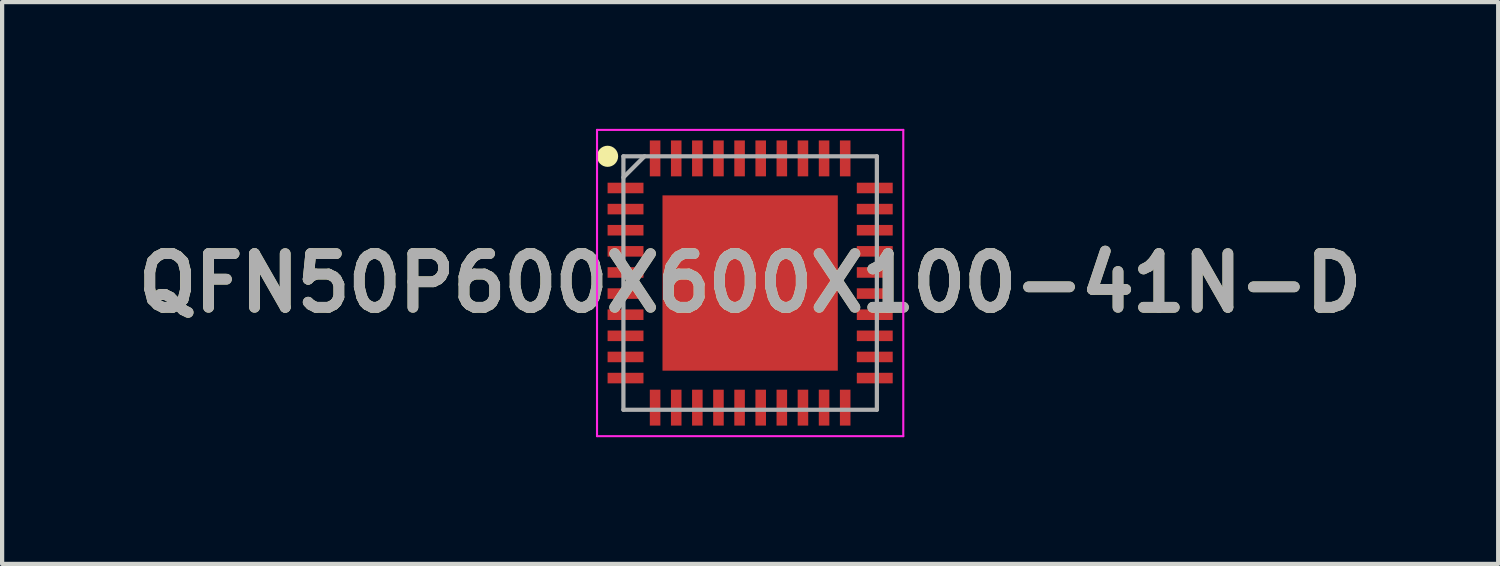
<source format=kicad_pcb>
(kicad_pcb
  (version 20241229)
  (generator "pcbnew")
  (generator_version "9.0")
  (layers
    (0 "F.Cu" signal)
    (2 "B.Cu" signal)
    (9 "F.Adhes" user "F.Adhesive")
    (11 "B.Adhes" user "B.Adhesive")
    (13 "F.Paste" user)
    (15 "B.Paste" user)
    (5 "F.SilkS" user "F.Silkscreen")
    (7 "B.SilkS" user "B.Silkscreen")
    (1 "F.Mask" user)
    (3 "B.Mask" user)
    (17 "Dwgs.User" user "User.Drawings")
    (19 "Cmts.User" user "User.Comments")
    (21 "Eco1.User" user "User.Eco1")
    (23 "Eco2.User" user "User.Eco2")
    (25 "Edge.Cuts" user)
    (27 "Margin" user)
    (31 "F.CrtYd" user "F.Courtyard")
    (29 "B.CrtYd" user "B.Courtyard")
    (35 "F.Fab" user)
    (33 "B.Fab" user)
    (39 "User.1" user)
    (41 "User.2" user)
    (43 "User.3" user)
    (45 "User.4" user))
  (footprint "QFN50P600X600X100-41N-D"
    (layer "F.Cu")
    (at 14.708 3.65)
    (property "Reference" "QFN50P600X600X100-41N-D" (at 0 0 0) (layer "F.SilkS") (effects (font (size 1.27 1.27) (thickness 0.254))))
    (attr smd)
    (fp_circle (center -3.375 -3) (end -3.375 -2.875) (stroke (width 0.25) (type solid)) (fill no) (layer "F.SilkS"))
    (fp_line (start -3.625 -3.625) (end 3.625 -3.625) (stroke (width 0.05) (type solid)) (layer "F.CrtYd"))
    (fp_line (start -3.625 3.625) (end -3.625 -3.625) (stroke (width 0.05) (type solid)) (layer "F.CrtYd"))
    (fp_line (start 3.625 -3.625) (end 3.625 3.625) (stroke (width 0.05) (type solid)) (layer "F.CrtYd"))
    (fp_line (start 3.625 3.625) (end -3.625 3.625) (stroke (width 0.05) (type solid)) (layer "F.CrtYd"))
    (fp_line (start -3 -3) (end 3 -3) (stroke (width 0.1) (type solid)) (layer "F.Fab"))
    (fp_line (start -3 -2.5) (end -2.5 -3) (stroke (width 0.1) (type solid)) (layer "F.Fab"))
    (fp_line (start -3 3) (end -3 -3) (stroke (width 0.1) (type solid)) (layer "F.Fab"))
    (fp_line (start 3 -3) (end 3 3) (stroke (width 0.1) (type solid)) (layer "F.Fab"))
    (fp_line (start 3 3) (end -3 3) (stroke (width 0.1) (type solid)) (layer "F.Fab"))
    (fp_text user "${REFERENCE}" (at 0 0 0) (layer "F.Fab") (effects (font (size 1.27 1.27) (thickness 0.254))))
    (pad "1" smd rect (at -2.95 -2.25 90) (size 0.25 0.85) (layers "F.Cu" "F.Mask" "F.Paste"))
    (pad "2" smd rect (at -2.95 -1.75 90) (size 0.25 0.85) (layers "F.Cu" "F.Mask" "F.Paste"))
    (pad "3" smd rect (at -2.95 -1.25 90) (size 0.25 0.85) (layers "F.Cu" "F.Mask" "F.Paste"))
    (pad "4" smd rect (at -2.95 -0.75 90) (size 0.25 0.85) (layers "F.Cu" "F.Mask" "F.Paste"))
    (pad "5" smd rect (at -2.95 -0.25 90) (size 0.25 0.85) (layers "F.Cu" "F.Mask" "F.Paste"))
    (pad "6" smd rect (at -2.95 0.25 90) (size 0.25 0.85) (layers "F.Cu" "F.Mask" "F.Paste"))
    (pad "7" smd rect (at -2.95 0.75 90) (size 0.25 0.85) (layers "F.Cu" "F.Mask" "F.Paste"))
    (pad "8" smd rect (at -2.95 1.25 90) (size 0.25 0.85) (layers "F.Cu" "F.Mask" "F.Paste"))
    (pad "9" smd rect (at -2.95 1.75 90) (size 0.25 0.85) (layers "F.Cu" "F.Mask" "F.Paste"))
    (pad "10" smd rect (at -2.95 2.25 90) (size 0.25 0.85) (layers "F.Cu" "F.Mask" "F.Paste"))
    (pad "11" smd rect (at -2.25 2.95) (size 0.25 0.85) (layers "F.Cu" "F.Mask" "F.Paste"))
    (pad "12" smd rect (at -1.75 2.95) (size 0.25 0.85) (layers "F.Cu" "F.Mask" "F.Paste"))
    (pad "13" smd rect (at -1.25 2.95) (size 0.25 0.85) (layers "F.Cu" "F.Mask" "F.Paste"))
    (pad "14" smd rect (at -0.75 2.95) (size 0.25 0.85) (layers "F.Cu" "F.Mask" "F.Paste"))
    (pad "15" smd rect (at -0.25 2.95) (size 0.25 0.85) (layers "F.Cu" "F.Mask" "F.Paste"))
    (pad "16" smd rect (at 0.25 2.95) (size 0.25 0.85) (layers "F.Cu" "F.Mask" "F.Paste"))
    (pad "17" smd rect (at 0.75 2.95) (size 0.25 0.85) (layers "F.Cu" "F.Mask" "F.Paste"))
    (pad "18" smd rect (at 1.25 2.95) (size 0.25 0.85) (layers "F.Cu" "F.Mask" "F.Paste"))
    (pad "19" smd rect (at 1.75 2.95) (size 0.25 0.85) (layers "F.Cu" "F.Mask" "F.Paste"))
    (pad "20" smd rect (at 2.25 2.95) (size 0.25 0.85) (layers "F.Cu" "F.Mask" "F.Paste"))
    (pad "21" smd rect (at 2.95 2.25 90) (size 0.25 0.85) (layers "F.Cu" "F.Mask" "F.Paste"))
    (pad "22" smd rect (at 2.95 1.75 90) (size 0.25 0.85) (layers "F.Cu" "F.Mask" "F.Paste"))
    (pad "23" smd rect (at 2.95 1.25 90) (size 0.25 0.85) (layers "F.Cu" "F.Mask" "F.Paste"))
    (pad "24" smd rect (at 2.95 0.75 90) (size 0.25 0.85) (layers "F.Cu" "F.Mask" "F.Paste"))
    (pad "25" smd rect (at 2.95 0.25 90) (size 0.25 0.85) (layers "F.Cu" "F.Mask" "F.Paste"))
    (pad "26" smd rect (at 2.95 -0.25 90) (size 0.25 0.85) (layers "F.Cu" "F.Mask" "F.Paste"))
    (pad "27" smd rect (at 2.95 -0.75 90) (size 0.25 0.85) (layers "F.Cu" "F.Mask" "F.Paste"))
    (pad "28" smd rect (at 2.95 -1.25 90) (size 0.25 0.85) (layers "F.Cu" "F.Mask" "F.Paste"))
    (pad "29" smd rect (at 2.95 -1.75 90) (size 0.25 0.85) (layers "F.Cu" "F.Mask" "F.Paste"))
    (pad "30" smd rect (at 2.95 -2.25 90) (size 0.25 0.85) (layers "F.Cu" "F.Mask" "F.Paste"))
    (pad "31" smd rect (at 2.25 -2.95) (size 0.25 0.85) (layers "F.Cu" "F.Mask" "F.Paste"))
    (pad "32" smd rect (at 1.75 -2.95) (size 0.25 0.85) (layers "F.Cu" "F.Mask" "F.Paste"))
    (pad "33" smd rect (at 1.25 -2.95) (size 0.25 0.85) (layers "F.Cu" "F.Mask" "F.Paste"))
    (pad "34" smd rect (at 0.75 -2.95) (size 0.25 0.85) (layers "F.Cu" "F.Mask" "F.Paste"))
    (pad "35" smd rect (at 0.25 -2.95) (size 0.25 0.85) (layers "F.Cu" "F.Mask" "F.Paste"))
    (pad "36" smd rect (at -0.25 -2.95) (size 0.25 0.85) (layers "F.Cu" "F.Mask" "F.Paste"))
    (pad "37" smd rect (at -0.75 -2.95) (size 0.25 0.85) (layers "F.Cu" "F.Mask" "F.Paste"))
    (pad "38" smd rect (at -1.25 -2.95) (size 0.25 0.85) (layers "F.Cu" "F.Mask" "F.Paste"))
    (pad "39" smd rect (at -1.75 -2.95) (size 0.25 0.85) (layers "F.Cu" "F.Mask" "F.Paste"))
    (pad "40" smd rect (at -2.25 -2.95) (size 0.25 0.85) (layers "F.Cu" "F.Mask" "F.Paste"))
    (pad "41" smd rect (at 0 0) (size 4.15 4.15) (layers "F.Cu" "F.Mask" "F.Paste")))
  (gr_rect
    (start -3 -3)
    (end 32.416 10.3)
    (stroke (width 0.1) (type default))
    (fill no)
    (layer "Edge.Cuts")))
</source>
